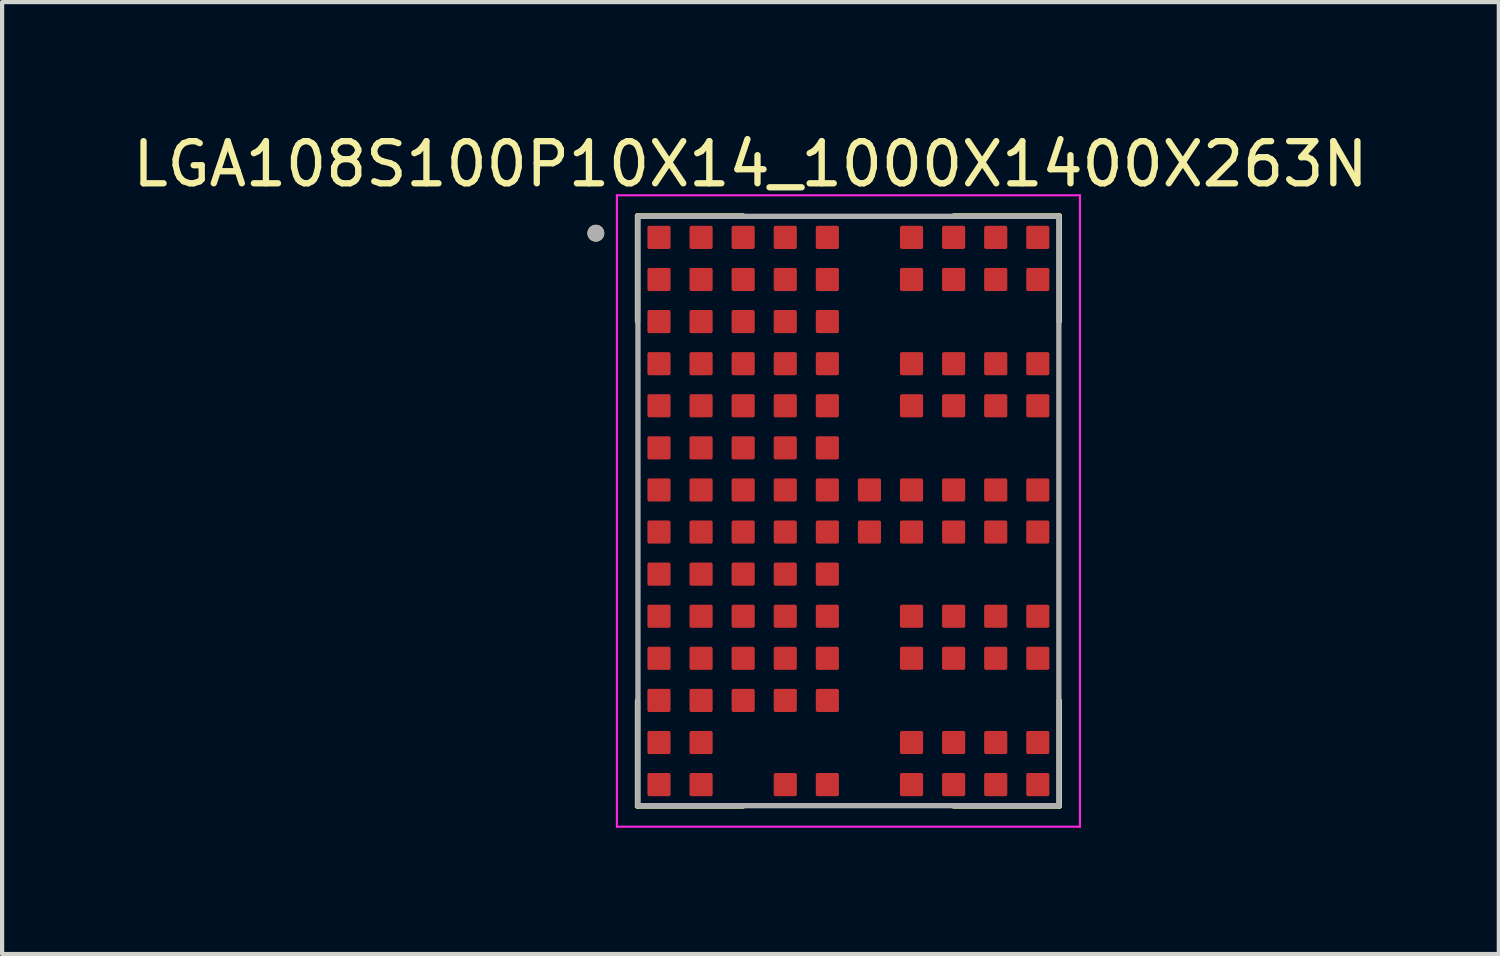
<source format=kicad_pcb>
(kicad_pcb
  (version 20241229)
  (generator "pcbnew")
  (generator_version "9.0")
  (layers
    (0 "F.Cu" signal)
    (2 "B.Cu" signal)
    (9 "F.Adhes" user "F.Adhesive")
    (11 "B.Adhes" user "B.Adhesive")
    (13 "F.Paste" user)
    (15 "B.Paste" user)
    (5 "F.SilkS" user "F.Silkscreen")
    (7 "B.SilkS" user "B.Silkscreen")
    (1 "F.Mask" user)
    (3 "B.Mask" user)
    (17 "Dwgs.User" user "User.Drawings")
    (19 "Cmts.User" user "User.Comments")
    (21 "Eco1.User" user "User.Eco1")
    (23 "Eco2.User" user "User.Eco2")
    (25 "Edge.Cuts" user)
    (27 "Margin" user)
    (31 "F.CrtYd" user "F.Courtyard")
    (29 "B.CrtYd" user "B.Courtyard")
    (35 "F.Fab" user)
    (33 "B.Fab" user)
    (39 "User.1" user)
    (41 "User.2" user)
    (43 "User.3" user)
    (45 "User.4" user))
  (footprint "LGA108S100P10X14_1000X1400X263N"
    (layer "F.Cu")
    (at 17.106 9.09)
    (property "Reference" "LGA108S100P10X14_1000X1400X263N" (at -2.327 -8.241 0) (layer "F.SilkS") (effects (font (size 1.001 1.001) (thickness 0.15))))
    (attr smd)
    (fp_line (start -5.01 -7.01) (end -2.505 -7.01) (stroke (width 0.127) (type solid)) (layer "F.SilkS"))
    (fp_line (start -5.01 -4.505) (end -5.01 -7.01) (stroke (width 0.127) (type solid)) (layer "F.SilkS"))
    (fp_line (start -5.01 7.01) (end -5.01 4.505) (stroke (width 0.127) (type solid)) (layer "F.SilkS"))
    (fp_line (start -2.505 7.01) (end -5.01 7.01) (stroke (width 0.127) (type solid)) (layer "F.SilkS"))
    (fp_line (start 2.505 -7.01) (end 5.01 -7.01) (stroke (width 0.127) (type solid)) (layer "F.SilkS"))
    (fp_line (start 5.01 -7.01) (end 5.01 -4.505) (stroke (width 0.127) (type solid)) (layer "F.SilkS"))
    (fp_line (start 5.01 4.505) (end 5.01 7.01) (stroke (width 0.127) (type solid)) (layer "F.SilkS"))
    (fp_line (start 5.01 7.01) (end 2.505 7.01) (stroke (width 0.127) (type solid)) (layer "F.SilkS"))
    (fp_circle (center -6 -6.6) (end -5.9 -6.6) (stroke (width 0.2) (type solid)) (fill no) (layer "F.SilkS"))
    (fp_line (start -5.5 -7.5) (end 5.5 -7.5) (stroke (width 0.05) (type solid)) (layer "F.CrtYd"))
    (fp_line (start -5.5 7.5) (end -5.5 -7.5) (stroke (width 0.05) (type solid)) (layer "F.CrtYd"))
    (fp_line (start 5.5 -7.5) (end 5.5 7.5) (stroke (width 0.05) (type solid)) (layer "F.CrtYd"))
    (fp_line (start 5.5 7.5) (end -5.5 7.5) (stroke (width 0.05) (type solid)) (layer "F.CrtYd"))
    (fp_line (start -5 -7) (end 5 -7) (stroke (width 0.127) (type solid)) (layer "F.Fab"))
    (fp_line (start -5 7) (end -5 -7) (stroke (width 0.127) (type solid)) (layer "F.Fab"))
    (fp_line (start 5 -7) (end 5 7) (stroke (width 0.127) (type solid)) (layer "F.Fab"))
    (fp_line (start 5 7) (end -5 7) (stroke (width 0.127) (type solid)) (layer "F.Fab"))
    (fp_circle (center -6 -6.6) (end -5.9 -6.6) (stroke (width 0.2) (type solid)) (fill no) (layer "F.Fab"))
    (pad "A1" smd roundrect (at -4.5 -6.5) (size 0.55 0.55) (layers "F.Cu" "F.Mask" "F.Paste") (roundrect_rratio 0.08))
    (pad "A2" smd roundrect (at -4.5 -5.5) (size 0.55 0.55) (layers "F.Cu" "F.Mask" "F.Paste") (roundrect_rratio 0.08))
    (pad "A3" smd roundrect (at -4.5 -4.5) (size 0.55 0.55) (layers "F.Cu" "F.Mask" "F.Paste") (roundrect_rratio 0.08))
    (pad "A4" smd roundrect (at -4.5 -3.5) (size 0.55 0.55) (layers "F.Cu" "F.Mask" "F.Paste") (roundrect_rratio 0.08))
    (pad "A5" smd roundrect (at -4.5 -2.5) (size 0.55 0.55) (layers "F.Cu" "F.Mask" "F.Paste") (roundrect_rratio 0.08))
    (pad "A6" smd roundrect (at -4.5 -1.5) (size 0.55 0.55) (layers "F.Cu" "F.Mask" "F.Paste") (roundrect_rratio 0.08))
    (pad "A7" smd roundrect (at -4.5 -0.5) (size 0.55 0.55) (layers "F.Cu" "F.Mask" "F.Paste") (roundrect_rratio 0.08))
    (pad "A8" smd roundrect (at -4.5 0.5) (size 0.55 0.55) (layers "F.Cu" "F.Mask" "F.Paste") (roundrect_rratio 0.08))
    (pad "A9" smd roundrect (at -4.5 1.5) (size 0.55 0.55) (layers "F.Cu" "F.Mask" "F.Paste") (roundrect_rratio 0.08))
    (pad "A10" smd roundrect (at -4.5 2.5) (size 0.55 0.55) (layers "F.Cu" "F.Mask" "F.Paste") (roundrect_rratio 0.08))
    (pad "A11" smd roundrect (at -4.5 3.5) (size 0.55 0.55) (layers "F.Cu" "F.Mask" "F.Paste") (roundrect_rratio 0.08))
    (pad "A12" smd roundrect (at -4.5 4.5) (size 0.55 0.55) (layers "F.Cu" "F.Mask" "F.Paste") (roundrect_rratio 0.08))
    (pad "A13" smd roundrect (at -4.5 5.5) (size 0.55 0.55) (layers "F.Cu" "F.Mask" "F.Paste") (roundrect_rratio 0.08))
    (pad "A14" smd roundrect (at -4.5 6.5) (size 0.55 0.55) (layers "F.Cu" "F.Mask" "F.Paste") (roundrect_rratio 0.08))
    (pad "B1" smd roundrect (at -3.5 -6.5) (size 0.55 0.55) (layers "F.Cu" "F.Mask" "F.Paste") (roundrect_rratio 0.08))
    (pad "B2" smd roundrect (at -3.5 -5.5) (size 0.55 0.55) (layers "F.Cu" "F.Mask" "F.Paste") (roundrect_rratio 0.08))
    (pad "B3" smd roundrect (at -3.5 -4.5) (size 0.55 0.55) (layers "F.Cu" "F.Mask" "F.Paste") (roundrect_rratio 0.08))
    (pad "B4" smd roundrect (at -3.5 -3.5) (size 0.55 0.55) (layers "F.Cu" "F.Mask" "F.Paste") (roundrect_rratio 0.08))
    (pad "B5" smd roundrect (at -3.5 -2.5) (size 0.55 0.55) (layers "F.Cu" "F.Mask" "F.Paste") (roundrect_rratio 0.08))
    (pad "B6" smd roundrect (at -3.5 -1.5) (size 0.55 0.55) (layers "F.Cu" "F.Mask" "F.Paste") (roundrect_rratio 0.08))
    (pad "B7" smd roundrect (at -3.5 -0.5) (size 0.55 0.55) (layers "F.Cu" "F.Mask" "F.Paste") (roundrect_rratio 0.08))
    (pad "B8" smd roundrect (at -3.5 0.5) (size 0.55 0.55) (layers "F.Cu" "F.Mask" "F.Paste") (roundrect_rratio 0.08))
    (pad "B9" smd roundrect (at -3.5 1.5) (size 0.55 0.55) (layers "F.Cu" "F.Mask" "F.Paste") (roundrect_rratio 0.08))
    (pad "B10" smd roundrect (at -3.5 2.5) (size 0.55 0.55) (layers "F.Cu" "F.Mask" "F.Paste") (roundrect_rratio 0.08))
    (pad "B11" smd roundrect (at -3.5 3.5) (size 0.55 0.55) (layers "F.Cu" "F.Mask" "F.Paste") (roundrect_rratio 0.08))
    (pad "B12" smd roundrect (at -3.5 4.5) (size 0.55 0.55) (layers "F.Cu" "F.Mask" "F.Paste") (roundrect_rratio 0.08))
    (pad "B13" smd roundrect (at -3.5 5.5) (size 0.55 0.55) (layers "F.Cu" "F.Mask" "F.Paste") (roundrect_rratio 0.08))
    (pad "B14" smd roundrect (at -3.5 6.5) (size 0.55 0.55) (layers "F.Cu" "F.Mask" "F.Paste") (roundrect_rratio 0.08))
    (pad "C1" smd roundrect (at -2.5 -6.5) (size 0.55 0.55) (layers "F.Cu" "F.Mask" "F.Paste") (roundrect_rratio 0.08))
    (pad "C2" smd roundrect (at -2.5 -5.5) (size 0.55 0.55) (layers "F.Cu" "F.Mask" "F.Paste") (roundrect_rratio 0.08))
    (pad "C3" smd roundrect (at -2.5 -4.5) (size 0.55 0.55) (layers "F.Cu" "F.Mask" "F.Paste") (roundrect_rratio 0.08))
    (pad "C4" smd roundrect (at -2.5 -3.5) (size 0.55 0.55) (layers "F.Cu" "F.Mask" "F.Paste") (roundrect_rratio 0.08))
    (pad "C5" smd roundrect (at -2.5 -2.5) (size 0.55 0.55) (layers "F.Cu" "F.Mask" "F.Paste") (roundrect_rratio 0.08))
    (pad "C6" smd roundrect (at -2.5 -1.5) (size 0.55 0.55) (layers "F.Cu" "F.Mask" "F.Paste") (roundrect_rratio 0.08))
    (pad "C7" smd roundrect (at -2.5 -0.5) (size 0.55 0.55) (layers "F.Cu" "F.Mask" "F.Paste") (roundrect_rratio 0.08))
    (pad "C8" smd roundrect (at -2.5 0.5) (size 0.55 0.55) (layers "F.Cu" "F.Mask" "F.Paste") (roundrect_rratio 0.08))
    (pad "C9" smd roundrect (at -2.5 1.5) (size 0.55 0.55) (layers "F.Cu" "F.Mask" "F.Paste") (roundrect_rratio 0.08))
    (pad "C10" smd roundrect (at -2.5 2.5) (size 0.55 0.55) (layers "F.Cu" "F.Mask" "F.Paste") (roundrect_rratio 0.08))
    (pad "C11" smd roundrect (at -2.5 3.5) (size 0.55 0.55) (layers "F.Cu" "F.Mask" "F.Paste") (roundrect_rratio 0.08))
    (pad "C12" smd roundrect (at -2.5 4.5) (size 0.55 0.55) (layers "F.Cu" "F.Mask" "F.Paste") (roundrect_rratio 0.08))
    (pad "D1" smd roundrect (at -1.5 -6.5) (size 0.55 0.55) (layers "F.Cu" "F.Mask" "F.Paste") (roundrect_rratio 0.08))
    (pad "D2" smd roundrect (at -1.5 -5.5) (size 0.55 0.55) (layers "F.Cu" "F.Mask" "F.Paste") (roundrect_rratio 0.08))
    (pad "D3" smd roundrect (at -1.5 -4.5) (size 0.55 0.55) (layers "F.Cu" "F.Mask" "F.Paste") (roundrect_rratio 0.08))
    (pad "D4" smd roundrect (at -1.5 -3.5) (size 0.55 0.55) (layers "F.Cu" "F.Mask" "F.Paste") (roundrect_rratio 0.08))
    (pad "D5" smd roundrect (at -1.5 -2.5) (size 0.55 0.55) (layers "F.Cu" "F.Mask" "F.Paste") (roundrect_rratio 0.08))
    (pad "D6" smd roundrect (at -1.5 -1.5) (size 0.55 0.55) (layers "F.Cu" "F.Mask" "F.Paste") (roundrect_rratio 0.08))
    (pad "D7" smd roundrect (at -1.5 -0.5) (size 0.55 0.55) (layers "F.Cu" "F.Mask" "F.Paste") (roundrect_rratio 0.08))
    (pad "D8" smd roundrect (at -1.5 0.5) (size 0.55 0.55) (layers "F.Cu" "F.Mask" "F.Paste") (roundrect_rratio 0.08))
    (pad "D9" smd roundrect (at -1.5 1.5) (size 0.55 0.55) (layers "F.Cu" "F.Mask" "F.Paste") (roundrect_rratio 0.08))
    (pad "D10" smd roundrect (at -1.5 2.5) (size 0.55 0.55) (layers "F.Cu" "F.Mask" "F.Paste") (roundrect_rratio 0.08))
    (pad "D11" smd roundrect (at -1.5 3.5) (size 0.55 0.55) (layers "F.Cu" "F.Mask" "F.Paste") (roundrect_rratio 0.08))
    (pad "D12" smd roundrect (at -1.5 4.5) (size 0.55 0.55) (layers "F.Cu" "F.Mask" "F.Paste") (roundrect_rratio 0.08))
    (pad "D14" smd roundrect (at -1.5 6.5) (size 0.55 0.55) (layers "F.Cu" "F.Mask" "F.Paste") (roundrect_rratio 0.08))
    (pad "E1" smd roundrect (at -0.5 -6.5) (size 0.55 0.55) (layers "F.Cu" "F.Mask" "F.Paste") (roundrect_rratio 0.08))
    (pad "E2" smd roundrect (at -0.5 -5.5) (size 0.55 0.55) (layers "F.Cu" "F.Mask" "F.Paste") (roundrect_rratio 0.08))
    (pad "E3" smd roundrect (at -0.5 -4.5) (size 0.55 0.55) (layers "F.Cu" "F.Mask" "F.Paste") (roundrect_rratio 0.08))
    (pad "E4" smd roundrect (at -0.5 -3.5) (size 0.55 0.55) (layers "F.Cu" "F.Mask" "F.Paste") (roundrect_rratio 0.08))
    (pad "E5" smd roundrect (at -0.5 -2.5) (size 0.55 0.55) (layers "F.Cu" "F.Mask" "F.Paste") (roundrect_rratio 0.08))
    (pad "E6" smd roundrect (at -0.5 -1.5) (size 0.55 0.55) (layers "F.Cu" "F.Mask" "F.Paste") (roundrect_rratio 0.08))
    (pad "E7" smd roundrect (at -0.5 -0.5) (size 0.55 0.55) (layers "F.Cu" "F.Mask" "F.Paste") (roundrect_rratio 0.08))
    (pad "E8" smd roundrect (at -0.5 0.5) (size 0.55 0.55) (layers "F.Cu" "F.Mask" "F.Paste") (roundrect_rratio 0.08))
    (pad "E9" smd roundrect (at -0.5 1.5) (size 0.55 0.55) (layers "F.Cu" "F.Mask" "F.Paste") (roundrect_rratio 0.08))
    (pad "E10" smd roundrect (at -0.5 2.5) (size 0.55 0.55) (layers "F.Cu" "F.Mask" "F.Paste") (roundrect_rratio 0.08))
    (pad "E11" smd roundrect (at -0.5 3.5) (size 0.55 0.55) (layers "F.Cu" "F.Mask" "F.Paste") (roundrect_rratio 0.08))
    (pad "E12" smd roundrect (at -0.5 4.5) (size 0.55 0.55) (layers "F.Cu" "F.Mask" "F.Paste") (roundrect_rratio 0.08))
    (pad "E14" smd roundrect (at -0.5 6.5) (size 0.55 0.55) (layers "F.Cu" "F.Mask" "F.Paste") (roundrect_rratio 0.08))
    (pad "F7" smd roundrect (at 0.5 -0.5) (size 0.55 0.55) (layers "F.Cu" "F.Mask" "F.Paste") (roundrect_rratio 0.08))
    (pad "F8" smd roundrect (at 0.5 0.5) (size 0.55 0.55) (layers "F.Cu" "F.Mask" "F.Paste") (roundrect_rratio 0.08))
    (pad "G1" smd roundrect (at 1.5 -6.5) (size 0.55 0.55) (layers "F.Cu" "F.Mask" "F.Paste") (roundrect_rratio 0.08))
    (pad "G2" smd roundrect (at 1.5 -5.5) (size 0.55 0.55) (layers "F.Cu" "F.Mask" "F.Paste") (roundrect_rratio 0.08))
    (pad "G4" smd roundrect (at 1.5 -3.5) (size 0.55 0.55) (layers "F.Cu" "F.Mask" "F.Paste") (roundrect_rratio 0.08))
    (pad "G5" smd roundrect (at 1.5 -2.5) (size 0.55 0.55) (layers "F.Cu" "F.Mask" "F.Paste") (roundrect_rratio 0.08))
    (pad "G7" smd roundrect (at 1.5 -0.5) (size 0.55 0.55) (layers "F.Cu" "F.Mask" "F.Paste") (roundrect_rratio 0.08))
    (pad "G8" smd roundrect (at 1.5 0.5) (size 0.55 0.55) (layers "F.Cu" "F.Mask" "F.Paste") (roundrect_rratio 0.08))
    (pad "G10" smd roundrect (at 1.5 2.5) (size 0.55 0.55) (layers "F.Cu" "F.Mask" "F.Paste") (roundrect_rratio 0.08))
    (pad "G11" smd roundrect (at 1.5 3.5) (size 0.55 0.55) (layers "F.Cu" "F.Mask" "F.Paste") (roundrect_rratio 0.08))
    (pad "G13" smd roundrect (at 1.5 5.5) (size 0.55 0.55) (layers "F.Cu" "F.Mask" "F.Paste") (roundrect_rratio 0.08))
    (pad "G14" smd roundrect (at 1.5 6.5) (size 0.55 0.55) (layers "F.Cu" "F.Mask" "F.Paste") (roundrect_rratio 0.08))
    (pad "H1" smd roundrect (at 2.5 -6.5) (size 0.55 0.55) (layers "F.Cu" "F.Mask" "F.Paste") (roundrect_rratio 0.08))
    (pad "H2" smd roundrect (at 2.5 -5.5) (size 0.55 0.55) (layers "F.Cu" "F.Mask" "F.Paste") (roundrect_rratio 0.08))
    (pad "H4" smd roundrect (at 2.5 -3.5) (size 0.55 0.55) (layers "F.Cu" "F.Mask" "F.Paste") (roundrect_rratio 0.08))
    (pad "H5" smd roundrect (at 2.5 -2.5) (size 0.55 0.55) (layers "F.Cu" "F.Mask" "F.Paste") (roundrect_rratio 0.08))
    (pad "H7" smd roundrect (at 2.5 -0.5) (size 0.55 0.55) (layers "F.Cu" "F.Mask" "F.Paste") (roundrect_rratio 0.08))
    (pad "H8" smd roundrect (at 2.5 0.5) (size 0.55 0.55) (layers "F.Cu" "F.Mask" "F.Paste") (roundrect_rratio 0.08))
    (pad "H10" smd roundrect (at 2.5 2.5) (size 0.55 0.55) (layers "F.Cu" "F.Mask" "F.Paste") (roundrect_rratio 0.08))
    (pad "H11" smd roundrect (at 2.5 3.5) (size 0.55 0.55) (layers "F.Cu" "F.Mask" "F.Paste") (roundrect_rratio 0.08))
    (pad "H13" smd roundrect (at 2.5 5.5) (size 0.55 0.55) (layers "F.Cu" "F.Mask" "F.Paste") (roundrect_rratio 0.08))
    (pad "H14" smd roundrect (at 2.5 6.5) (size 0.55 0.55) (layers "F.Cu" "F.Mask" "F.Paste") (roundrect_rratio 0.08))
    (pad "J1" smd roundrect (at 3.5 -6.5) (size 0.55 0.55) (layers "F.Cu" "F.Mask" "F.Paste") (roundrect_rratio 0.08))
    (pad "J2" smd roundrect (at 3.5 -5.5) (size 0.55 0.55) (layers "F.Cu" "F.Mask" "F.Paste") (roundrect_rratio 0.08))
    (pad "J4" smd roundrect (at 3.5 -3.5) (size 0.55 0.55) (layers "F.Cu" "F.Mask" "F.Paste") (roundrect_rratio 0.08))
    (pad "J5" smd roundrect (at 3.5 -2.5) (size 0.55 0.55) (layers "F.Cu" "F.Mask" "F.Paste") (roundrect_rratio 0.08))
    (pad "J7" smd roundrect (at 3.5 -0.5) (size 0.55 0.55) (layers "F.Cu" "F.Mask" "F.Paste") (roundrect_rratio 0.08))
    (pad "J8" smd roundrect (at 3.5 0.5) (size 0.55 0.55) (layers "F.Cu" "F.Mask" "F.Paste") (roundrect_rratio 0.08))
    (pad "J10" smd roundrect (at 3.5 2.5) (size 0.55 0.55) (layers "F.Cu" "F.Mask" "F.Paste") (roundrect_rratio 0.08))
    (pad "J11" smd roundrect (at 3.5 3.5) (size 0.55 0.55) (layers "F.Cu" "F.Mask" "F.Paste") (roundrect_rratio 0.08))
    (pad "J13" smd roundrect (at 3.5 5.5) (size 0.55 0.55) (layers "F.Cu" "F.Mask" "F.Paste") (roundrect_rratio 0.08))
    (pad "J14" smd roundrect (at 3.5 6.5) (size 0.55 0.55) (layers "F.Cu" "F.Mask" "F.Paste") (roundrect_rratio 0.08))
    (pad "K1" smd roundrect (at 4.5 -6.5) (size 0.55 0.55) (layers "F.Cu" "F.Mask" "F.Paste") (roundrect_rratio 0.08))
    (pad "K2" smd roundrect (at 4.5 -5.5) (size 0.55 0.55) (layers "F.Cu" "F.Mask" "F.Paste") (roundrect_rratio 0.08))
    (pad "K4" smd roundrect (at 4.5 -3.5) (size 0.55 0.55) (layers "F.Cu" "F.Mask" "F.Paste") (roundrect_rratio 0.08))
    (pad "K5" smd roundrect (at 4.5 -2.5) (size 0.55 0.55) (layers "F.Cu" "F.Mask" "F.Paste") (roundrect_rratio 0.08))
    (pad "K7" smd roundrect (at 4.5 -0.5) (size 0.55 0.55) (layers "F.Cu" "F.Mask" "F.Paste") (roundrect_rratio 0.08))
    (pad "K8" smd roundrect (at 4.5 0.5) (size 0.55 0.55) (layers "F.Cu" "F.Mask" "F.Paste") (roundrect_rratio 0.08))
    (pad "K10" smd roundrect (at 4.5 2.5) (size 0.55 0.55) (layers "F.Cu" "F.Mask" "F.Paste") (roundrect_rratio 0.08))
    (pad "K11" smd roundrect (at 4.5 3.5) (size 0.55 0.55) (layers "F.Cu" "F.Mask" "F.Paste") (roundrect_rratio 0.08))
    (pad "K13" smd roundrect (at 4.5 5.5) (size 0.55 0.55) (layers "F.Cu" "F.Mask" "F.Paste") (roundrect_rratio 0.08))
    (pad "K14" smd roundrect (at 4.5 6.5) (size 0.55 0.55) (layers "F.Cu" "F.Mask" "F.Paste") (roundrect_rratio 0.08)))
  (gr_rect
    (start -3 -3)
    (end 32.558 19.615)
    (stroke (width 0.1) (type default))
    (fill no)
    (layer "Edge.Cuts")))
</source>
